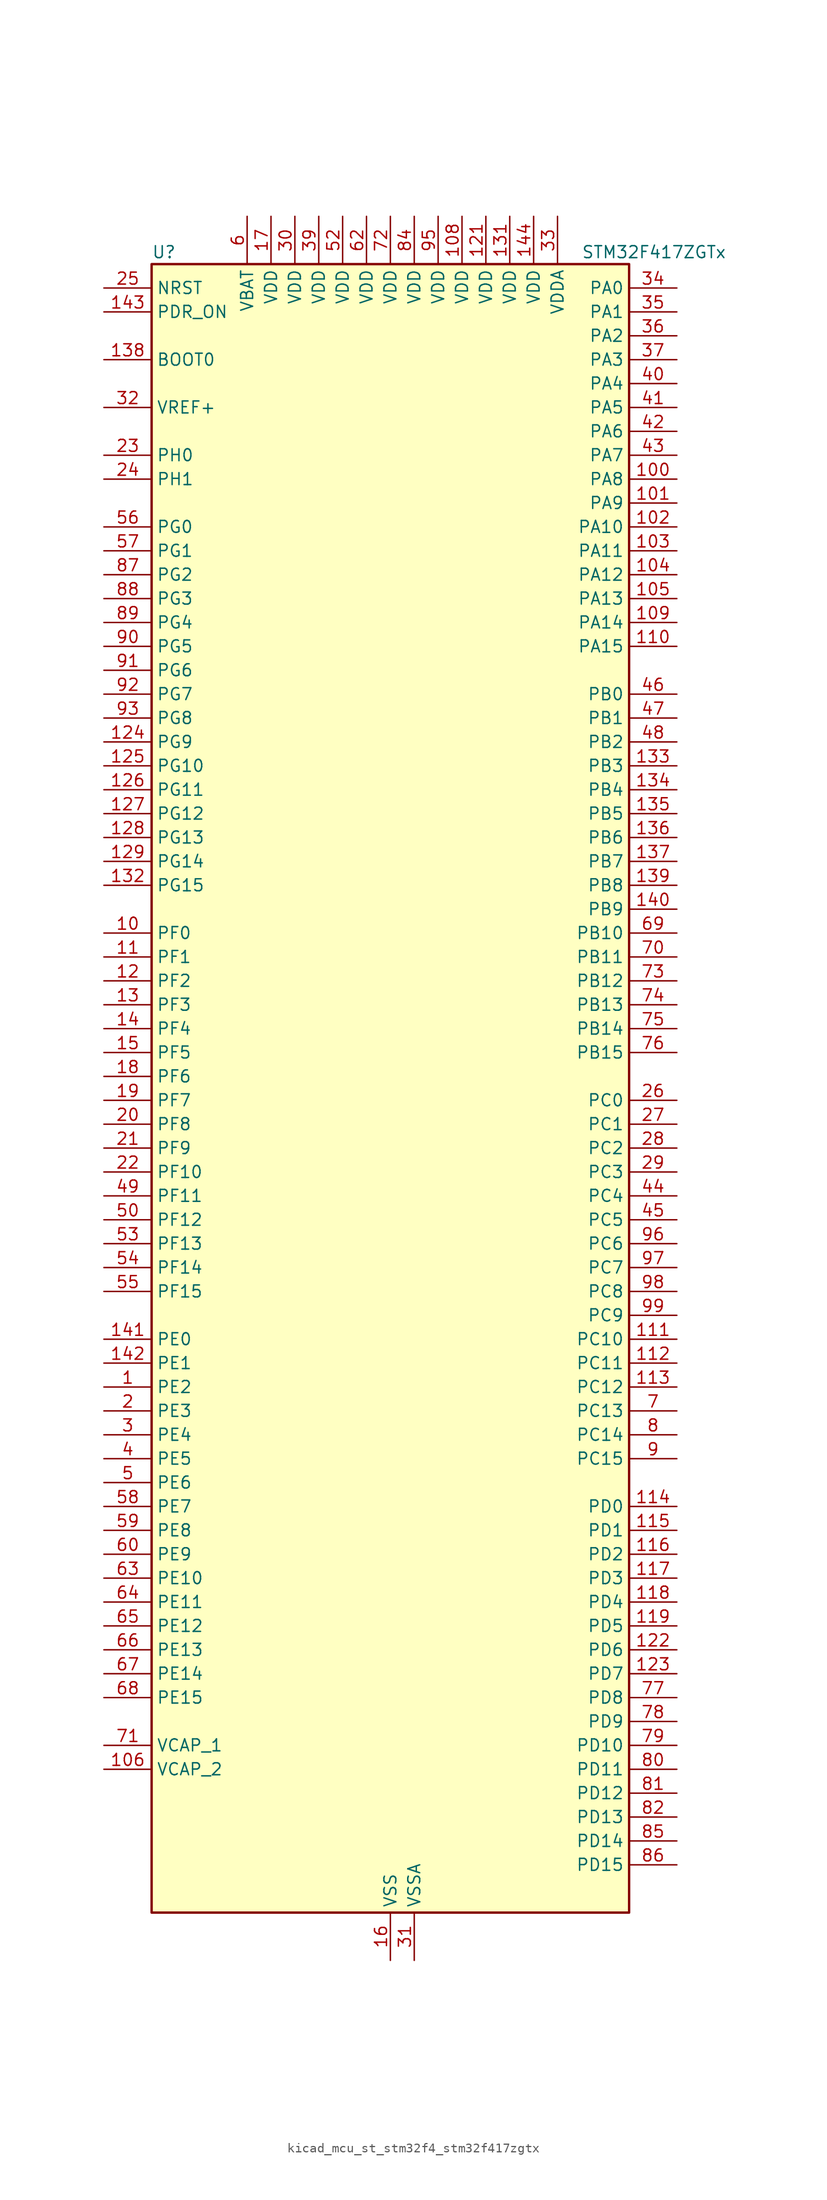
<source format=kicad_sym>
(kicad_symbol_lib
  (version 20220914)
  (generator kicad_symbol_editor)
  (symbol "kicad_mcu_st_stm32f4_stm32f417zgtx"
    (property "Reference" "U"
      (at -25.4 90.17 0)
      (effects (font (size 1.27 1.27)) (justify left)))
    (property "Value" "STM32F417ZGTx"
      (at 20.32 90.17 0)
      (effects (font (size 1.27 1.27)) (justify left)))
    (property "ki_locked" ""
      (at 0 0 0)
      (effects (font (size 1.27 1.27))))
    (symbol "kicad_mcu_st_stm32f4_stm32f417zgtx_0_1"
      (rectangle (start -25.4 -86.36) (end 25.4 88.9) (stroke (width 0.254) (type default)) (fill (type background))))
    (symbol "kicad_mcu_st_stm32f4_stm32f417zgtx_1_1"
      (pin bidirectional line (at -30.48 -30.48 0) (length 5.08) (name "PE2" (effects (font (size 1.27 1.27)))) (number "1" (effects (font (size 1.27 1.27)))) (alternate "ETH_TXD3" bidirectional line) (alternate "FSMC_A23" bidirectional line) (alternate "SYS_TRACECLK" bidirectional line))
      (pin bidirectional line (at -30.48 17.78 0) (length 5.08) (name "PF0" (effects (font (size 1.27 1.27)))) (number "10" (effects (font (size 1.27 1.27)))) (alternate "FSMC_A0" bidirectional line) (alternate "I2C2_SDA" bidirectional line))
      (pin bidirectional line (at 30.48 66.04 180) (length 5.08) (name "PA8" (effects (font (size 1.27 1.27)))) (number "100" (effects (font (size 1.27 1.27)))) (alternate "I2C3_SCL" bidirectional line) (alternate "RCC_MCO_1" bidirectional line) (alternate "TIM1_CH1" bidirectional line) (alternate "USART1_CK" bidirectional line) (alternate "USB_OTG_FS_SOF" bidirectional line))
      (pin bidirectional line (at 30.48 63.5 180) (length 5.08) (name "PA9" (effects (font (size 1.27 1.27)))) (number "101" (effects (font (size 1.27 1.27)))) (alternate "DAC_EXTI9" bidirectional line) (alternate "DCMI_D0" bidirectional line) (alternate "I2C3_SMBA" bidirectional line) (alternate "TIM1_CH2" bidirectional line) (alternate "USART1_TX" bidirectional line) (alternate "USB_OTG_FS_VBUS" bidirectional line))
      (pin bidirectional line (at 30.48 60.96 180) (length 5.08) (name "PA10" (effects (font (size 1.27 1.27)))) (number "102" (effects (font (size 1.27 1.27)))) (alternate "DCMI_D1" bidirectional line) (alternate "TIM1_CH3" bidirectional line) (alternate "USART1_RX" bidirectional line) (alternate "USB_OTG_FS_ID" bidirectional line))
      (pin bidirectional line (at 30.48 58.42 180) (length 5.08) (name "PA11" (effects (font (size 1.27 1.27)))) (number "103" (effects (font (size 1.27 1.27)))) (alternate "ADC1_EXTI11" bidirectional line) (alternate "ADC2_EXTI11" bidirectional line) (alternate "ADC3_EXTI11" bidirectional line) (alternate "CAN1_RX" bidirectional line) (alternate "TIM1_CH4" bidirectional line) (alternate "USART1_CTS" bidirectional line) (alternate "USB_OTG_FS_DM" bidirectional line))
      (pin bidirectional line (at 30.48 55.88 180) (length 5.08) (name "PA12" (effects (font (size 1.27 1.27)))) (number "104" (effects (font (size 1.27 1.27)))) (alternate "CAN1_TX" bidirectional line) (alternate "TIM1_ETR" bidirectional line) (alternate "USART1_RTS" bidirectional line) (alternate "USB_OTG_FS_DP" bidirectional line))
      (pin bidirectional line (at 30.48 53.34 180) (length 5.08) (name "PA13" (effects (font (size 1.27 1.27)))) (number "105" (effects (font (size 1.27 1.27)))) (alternate "SYS_JTMS-SWDIO" bidirectional line))
      (pin power_out line (at -30.48 -71.12 0) (length 5.08) (name "VCAP_2" (effects (font (size 1.27 1.27)))) (number "106" (effects (font (size 1.27 1.27)))))
      (pin passive line (at 0 -91.44 90) (length 5.08) hide (name "VSS" (effects (font (size 1.27 1.27)))) (number "107" (effects (font (size 1.27 1.27)))))
      (pin power_in line (at 7.62 93.98 270) (length 5.08) (name "VDD" (effects (font (size 1.27 1.27)))) (number "108" (effects (font (size 1.27 1.27)))))
      (pin bidirectional line (at 30.48 50.8 180) (length 5.08) (name "PA14" (effects (font (size 1.27 1.27)))) (number "109" (effects (font (size 1.27 1.27)))) (alternate "SYS_JTCK-SWCLK" bidirectional line))
      (pin bidirectional line (at -30.48 15.24 0) (length 5.08) (name "PF1" (effects (font (size 1.27 1.27)))) (number "11" (effects (font (size 1.27 1.27)))) (alternate "FSMC_A1" bidirectional line) (alternate "I2C2_SCL" bidirectional line))
      (pin bidirectional line (at 30.48 48.26 180) (length 5.08) (name "PA15" (effects (font (size 1.27 1.27)))) (number "110" (effects (font (size 1.27 1.27)))) (alternate "ADC1_EXTI15" bidirectional line) (alternate "ADC2_EXTI15" bidirectional line) (alternate "ADC3_EXTI15" bidirectional line) (alternate "I2S3_WS" bidirectional line) (alternate "SPI1_NSS" bidirectional line) (alternate "SPI3_NSS" bidirectional line) (alternate "SYS_JTDI" bidirectional line) (alternate "TIM2_CH1" bidirectional line) (alternate "TIM2_ETR" bidirectional line))
      (pin bidirectional line (at 30.48 -25.4 180) (length 5.08) (name "PC10" (effects (font (size 1.27 1.27)))) (number "111" (effects (font (size 1.27 1.27)))) (alternate "DCMI_D8" bidirectional line) (alternate "I2S3_CK" bidirectional line) (alternate "SDIO_D2" bidirectional line) (alternate "SPI3_SCK" bidirectional line) (alternate "UART4_TX" bidirectional line) (alternate "USART3_TX" bidirectional line))
      (pin bidirectional line (at 30.48 -27.94 180) (length 5.08) (name "PC11" (effects (font (size 1.27 1.27)))) (number "112" (effects (font (size 1.27 1.27)))) (alternate "ADC1_EXTI11" bidirectional line) (alternate "ADC2_EXTI11" bidirectional line) (alternate "ADC3_EXTI11" bidirectional line) (alternate "DCMI_D4" bidirectional line) (alternate "I2S3_ext_SD" bidirectional line) (alternate "SDIO_D3" bidirectional line) (alternate "SPI3_MISO" bidirectional line) (alternate "UART4_RX" bidirectional line) (alternate "USART3_RX" bidirectional line))
      (pin bidirectional line (at 30.48 -30.48 180) (length 5.08) (name "PC12" (effects (font (size 1.27 1.27)))) (number "113" (effects (font (size 1.27 1.27)))) (alternate "DCMI_D9" bidirectional line) (alternate "I2S3_SD" bidirectional line) (alternate "SDIO_CK" bidirectional line) (alternate "SPI3_MOSI" bidirectional line) (alternate "UART5_TX" bidirectional line) (alternate "USART3_CK" bidirectional line))
      (pin bidirectional line (at 30.48 -43.18 180) (length 5.08) (name "PD0" (effects (font (size 1.27 1.27)))) (number "114" (effects (font (size 1.27 1.27)))) (alternate "CAN1_RX" bidirectional line) (alternate "FSMC_D2" bidirectional line) (alternate "FSMC_DA2" bidirectional line))
      (pin bidirectional line (at 30.48 -45.72 180) (length 5.08) (name "PD1" (effects (font (size 1.27 1.27)))) (number "115" (effects (font (size 1.27 1.27)))) (alternate "CAN1_TX" bidirectional line) (alternate "FSMC_D3" bidirectional line) (alternate "FSMC_DA3" bidirectional line))
      (pin bidirectional line (at 30.48 -48.26 180) (length 5.08) (name "PD2" (effects (font (size 1.27 1.27)))) (number "116" (effects (font (size 1.27 1.27)))) (alternate "DCMI_D11" bidirectional line) (alternate "SDIO_CMD" bidirectional line) (alternate "TIM3_ETR" bidirectional line) (alternate "UART5_RX" bidirectional line))
      (pin bidirectional line (at 30.48 -50.8 180) (length 5.08) (name "PD3" (effects (font (size 1.27 1.27)))) (number "117" (effects (font (size 1.27 1.27)))) (alternate "FSMC_CLK" bidirectional line) (alternate "USART2_CTS" bidirectional line))
      (pin bidirectional line (at 30.48 -53.34 180) (length 5.08) (name "PD4" (effects (font (size 1.27 1.27)))) (number "118" (effects (font (size 1.27 1.27)))) (alternate "FSMC_NOE" bidirectional line) (alternate "USART2_RTS" bidirectional line))
      (pin bidirectional line (at 30.48 -55.88 180) (length 5.08) (name "PD5" (effects (font (size 1.27 1.27)))) (number "119" (effects (font (size 1.27 1.27)))) (alternate "FSMC_NWE" bidirectional line) (alternate "USART2_TX" bidirectional line))
      (pin bidirectional line (at -30.48 12.7 0) (length 5.08) (name "PF2" (effects (font (size 1.27 1.27)))) (number "12" (effects (font (size 1.27 1.27)))) (alternate "FSMC_A2" bidirectional line) (alternate "I2C2_SMBA" bidirectional line))
      (pin passive line (at 0 -91.44 90) (length 5.08) hide (name "VSS" (effects (font (size 1.27 1.27)))) (number "120" (effects (font (size 1.27 1.27)))))
      (pin power_in line (at 10.16 93.98 270) (length 5.08) (name "VDD" (effects (font (size 1.27 1.27)))) (number "121" (effects (font (size 1.27 1.27)))))
      (pin bidirectional line (at 30.48 -58.42 180) (length 5.08) (name "PD6" (effects (font (size 1.27 1.27)))) (number "122" (effects (font (size 1.27 1.27)))) (alternate "FSMC_NWAIT" bidirectional line) (alternate "USART2_RX" bidirectional line))
      (pin bidirectional line (at 30.48 -60.96 180) (length 5.08) (name "PD7" (effects (font (size 1.27 1.27)))) (number "123" (effects (font (size 1.27 1.27)))) (alternate "FSMC_NCE2" bidirectional line) (alternate "FSMC_NE1" bidirectional line) (alternate "USART2_CK" bidirectional line))
      (pin bidirectional line (at -30.48 38.1 0) (length 5.08) (name "PG9" (effects (font (size 1.27 1.27)))) (number "124" (effects (font (size 1.27 1.27)))) (alternate "DAC_EXTI9" bidirectional line) (alternate "FSMC_NCE3" bidirectional line) (alternate "FSMC_NE2" bidirectional line) (alternate "USART6_RX" bidirectional line))
      (pin bidirectional line (at -30.48 35.56 0) (length 5.08) (name "PG10" (effects (font (size 1.27 1.27)))) (number "125" (effects (font (size 1.27 1.27)))) (alternate "FSMC_NCE4_1" bidirectional line) (alternate "FSMC_NE3" bidirectional line))
      (pin bidirectional line (at -30.48 33.02 0) (length 5.08) (name "PG11" (effects (font (size 1.27 1.27)))) (number "126" (effects (font (size 1.27 1.27)))) (alternate "ADC1_EXTI11" bidirectional line) (alternate "ADC2_EXTI11" bidirectional line) (alternate "ADC3_EXTI11" bidirectional line) (alternate "ETH_TX_EN" bidirectional line) (alternate "FSMC_NCE4_2" bidirectional line))
      (pin bidirectional line (at -30.48 30.48 0) (length 5.08) (name "PG12" (effects (font (size 1.27 1.27)))) (number "127" (effects (font (size 1.27 1.27)))) (alternate "FSMC_NE4" bidirectional line) (alternate "USART6_RTS" bidirectional line))
      (pin bidirectional line (at -30.48 27.94 0) (length 5.08) (name "PG13" (effects (font (size 1.27 1.27)))) (number "128" (effects (font (size 1.27 1.27)))) (alternate "ETH_TXD0" bidirectional line) (alternate "FSMC_A24" bidirectional line) (alternate "USART6_CTS" bidirectional line))
      (pin bidirectional line (at -30.48 25.4 0) (length 5.08) (name "PG14" (effects (font (size 1.27 1.27)))) (number "129" (effects (font (size 1.27 1.27)))) (alternate "ETH_TXD1" bidirectional line) (alternate "FSMC_A25" bidirectional line) (alternate "USART6_TX" bidirectional line))
      (pin bidirectional line (at -30.48 10.16 0) (length 5.08) (name "PF3" (effects (font (size 1.27 1.27)))) (number "13" (effects (font (size 1.27 1.27)))) (alternate "ADC3_IN9" bidirectional line) (alternate "FSMC_A3" bidirectional line))
      (pin passive line (at 0 -91.44 90) (length 5.08) hide (name "VSS" (effects (font (size 1.27 1.27)))) (number "130" (effects (font (size 1.27 1.27)))))
      (pin power_in line (at 12.7 93.98 270) (length 5.08) (name "VDD" (effects (font (size 1.27 1.27)))) (number "131" (effects (font (size 1.27 1.27)))))
      (pin bidirectional line (at -30.48 22.86 0) (length 5.08) (name "PG15" (effects (font (size 1.27 1.27)))) (number "132" (effects (font (size 1.27 1.27)))) (alternate "ADC1_EXTI15" bidirectional line) (alternate "ADC2_EXTI15" bidirectional line) (alternate "ADC3_EXTI15" bidirectional line) (alternate "DCMI_D13" bidirectional line) (alternate "USART6_CTS" bidirectional line))
      (pin bidirectional line (at 30.48 35.56 180) (length 5.08) (name "PB3" (effects (font (size 1.27 1.27)))) (number "133" (effects (font (size 1.27 1.27)))) (alternate "I2S3_CK" bidirectional line) (alternate "SPI1_SCK" bidirectional line) (alternate "SPI3_SCK" bidirectional line) (alternate "SYS_JTDO-SWO" bidirectional line) (alternate "TIM2_CH2" bidirectional line))
      (pin bidirectional line (at 30.48 33.02 180) (length 5.08) (name "PB4" (effects (font (size 1.27 1.27)))) (number "134" (effects (font (size 1.27 1.27)))) (alternate "I2S3_ext_SD" bidirectional line) (alternate "SPI1_MISO" bidirectional line) (alternate "SPI3_MISO" bidirectional line) (alternate "SYS_JTRST" bidirectional line) (alternate "TIM3_CH1" bidirectional line))
      (pin bidirectional line (at 30.48 30.48 180) (length 5.08) (name "PB5" (effects (font (size 1.27 1.27)))) (number "135" (effects (font (size 1.27 1.27)))) (alternate "CAN2_RX" bidirectional line) (alternate "DCMI_D10" bidirectional line) (alternate "ETH_PPS_OUT" bidirectional line) (alternate "I2C1_SMBA" bidirectional line) (alternate "I2S3_SD" bidirectional line) (alternate "SPI1_MOSI" bidirectional line) (alternate "SPI3_MOSI" bidirectional line) (alternate "TIM3_CH2" bidirectional line) (alternate "USB_OTG_HS_ULPI_D7" bidirectional line))
      (pin bidirectional line (at 30.48 27.94 180) (length 5.08) (name "PB6" (effects (font (size 1.27 1.27)))) (number "136" (effects (font (size 1.27 1.27)))) (alternate "CAN2_TX" bidirectional line) (alternate "DCMI_D5" bidirectional line) (alternate "I2C1_SCL" bidirectional line) (alternate "TIM4_CH1" bidirectional line) (alternate "USART1_TX" bidirectional line))
      (pin bidirectional line (at 30.48 25.4 180) (length 5.08) (name "PB7" (effects (font (size 1.27 1.27)))) (number "137" (effects (font (size 1.27 1.27)))) (alternate "DCMI_VSYNC" bidirectional line) (alternate "FSMC_NL" bidirectional line) (alternate "I2C1_SDA" bidirectional line) (alternate "TIM4_CH2" bidirectional line) (alternate "USART1_RX" bidirectional line))
      (pin input line (at -30.48 78.74 0) (length 5.08) (name "BOOT0" (effects (font (size 1.27 1.27)))) (number "138" (effects (font (size 1.27 1.27)))))
      (pin bidirectional line (at 30.48 22.86 180) (length 5.08) (name "PB8" (effects (font (size 1.27 1.27)))) (number "139" (effects (font (size 1.27 1.27)))) (alternate "CAN1_RX" bidirectional line) (alternate "DCMI_D6" bidirectional line) (alternate "ETH_TXD3" bidirectional line) (alternate "I2C1_SCL" bidirectional line) (alternate "SDIO_D4" bidirectional line) (alternate "TIM10_CH1" bidirectional line) (alternate "TIM4_CH3" bidirectional line))
      (pin bidirectional line (at -30.48 7.62 0) (length 5.08) (name "PF4" (effects (font (size 1.27 1.27)))) (number "14" (effects (font (size 1.27 1.27)))) (alternate "ADC3_IN14" bidirectional line) (alternate "FSMC_A4" bidirectional line))
      (pin bidirectional line (at 30.48 20.32 180) (length 5.08) (name "PB9" (effects (font (size 1.27 1.27)))) (number "140" (effects (font (size 1.27 1.27)))) (alternate "CAN1_TX" bidirectional line) (alternate "DAC_EXTI9" bidirectional line) (alternate "DCMI_D7" bidirectional line) (alternate "I2C1_SDA" bidirectional line) (alternate "I2S2_WS" bidirectional line) (alternate "SDIO_D5" bidirectional line) (alternate "SPI2_NSS" bidirectional line) (alternate "TIM11_CH1" bidirectional line) (alternate "TIM4_CH4" bidirectional line))
      (pin bidirectional line (at -30.48 -25.4 0) (length 5.08) (name "PE0" (effects (font (size 1.27 1.27)))) (number "141" (effects (font (size 1.27 1.27)))) (alternate "DCMI_D2" bidirectional line) (alternate "FSMC_NBL0" bidirectional line) (alternate "TIM4_ETR" bidirectional line))
      (pin bidirectional line (at -30.48 -27.94 0) (length 5.08) (name "PE1" (effects (font (size 1.27 1.27)))) (number "142" (effects (font (size 1.27 1.27)))) (alternate "DCMI_D3" bidirectional line) (alternate "FSMC_NBL1" bidirectional line))
      (pin input line (at -30.48 83.82 0) (length 5.08) (name "PDR_ON" (effects (font (size 1.27 1.27)))) (number "143" (effects (font (size 1.27 1.27)))))
      (pin power_in line (at 15.24 93.98 270) (length 5.08) (name "VDD" (effects (font (size 1.27 1.27)))) (number "144" (effects (font (size 1.27 1.27)))))
      (pin bidirectional line (at -30.48 5.08 0) (length 5.08) (name "PF5" (effects (font (size 1.27 1.27)))) (number "15" (effects (font (size 1.27 1.27)))) (alternate "ADC3_IN15" bidirectional line) (alternate "FSMC_A5" bidirectional line))
      (pin power_in line (at 0 -91.44 90) (length 5.08) (name "VSS" (effects (font (size 1.27 1.27)))) (number "16" (effects (font (size 1.27 1.27)))))
      (pin power_in line (at -12.7 93.98 270) (length 5.08) (name "VDD" (effects (font (size 1.27 1.27)))) (number "17" (effects (font (size 1.27 1.27)))))
      (pin bidirectional line (at -30.48 2.54 0) (length 5.08) (name "PF6" (effects (font (size 1.27 1.27)))) (number "18" (effects (font (size 1.27 1.27)))) (alternate "ADC3_IN4" bidirectional line) (alternate "FSMC_NIORD" bidirectional line) (alternate "TIM10_CH1" bidirectional line))
      (pin bidirectional line (at -30.48 0 0) (length 5.08) (name "PF7" (effects (font (size 1.27 1.27)))) (number "19" (effects (font (size 1.27 1.27)))) (alternate "ADC3_IN5" bidirectional line) (alternate "FSMC_NREG" bidirectional line) (alternate "TIM11_CH1" bidirectional line))
      (pin bidirectional line (at -30.48 -33.02 0) (length 5.08) (name "PE3" (effects (font (size 1.27 1.27)))) (number "2" (effects (font (size 1.27 1.27)))) (alternate "FSMC_A19" bidirectional line) (alternate "SYS_TRACED0" bidirectional line))
      (pin bidirectional line (at -30.48 -2.54 0) (length 5.08) (name "PF8" (effects (font (size 1.27 1.27)))) (number "20" (effects (font (size 1.27 1.27)))) (alternate "ADC3_IN6" bidirectional line) (alternate "FSMC_NIOWR" bidirectional line) (alternate "TIM13_CH1" bidirectional line))
      (pin bidirectional line (at -30.48 -5.08 0) (length 5.08) (name "PF9" (effects (font (size 1.27 1.27)))) (number "21" (effects (font (size 1.27 1.27)))) (alternate "ADC3_IN7" bidirectional line) (alternate "DAC_EXTI9" bidirectional line) (alternate "FSMC_CD" bidirectional line) (alternate "TIM14_CH1" bidirectional line))
      (pin bidirectional line (at -30.48 -7.62 0) (length 5.08) (name "PF10" (effects (font (size 1.27 1.27)))) (number "22" (effects (font (size 1.27 1.27)))) (alternate "ADC3_IN8" bidirectional line) (alternate "FSMC_INTR" bidirectional line))
      (pin bidirectional line (at -30.48 68.58 0) (length 5.08) (name "PH0" (effects (font (size 1.27 1.27)))) (number "23" (effects (font (size 1.27 1.27)))) (alternate "RCC_OSC_IN" bidirectional line))
      (pin bidirectional line (at -30.48 66.04 0) (length 5.08) (name "PH1" (effects (font (size 1.27 1.27)))) (number "24" (effects (font (size 1.27 1.27)))) (alternate "RCC_OSC_OUT" bidirectional line))
      (pin input line (at -30.48 86.36 0) (length 5.08) (name "NRST" (effects (font (size 1.27 1.27)))) (number "25" (effects (font (size 1.27 1.27)))))
      (pin bidirectional line (at 30.48 0 180) (length 5.08) (name "PC0" (effects (font (size 1.27 1.27)))) (number "26" (effects (font (size 1.27 1.27)))) (alternate "ADC1_IN10" bidirectional line) (alternate "ADC2_IN10" bidirectional line) (alternate "ADC3_IN10" bidirectional line) (alternate "USB_OTG_HS_ULPI_STP" bidirectional line))
      (pin bidirectional line (at 30.48 -2.54 180) (length 5.08) (name "PC1" (effects (font (size 1.27 1.27)))) (number "27" (effects (font (size 1.27 1.27)))) (alternate "ADC1_IN11" bidirectional line) (alternate "ADC2_IN11" bidirectional line) (alternate "ADC3_IN11" bidirectional line) (alternate "ETH_MDC" bidirectional line))
      (pin bidirectional line (at 30.48 -5.08 180) (length 5.08) (name "PC2" (effects (font (size 1.27 1.27)))) (number "28" (effects (font (size 1.27 1.27)))) (alternate "ADC1_IN12" bidirectional line) (alternate "ADC2_IN12" bidirectional line) (alternate "ADC3_IN12" bidirectional line) (alternate "ETH_TXD2" bidirectional line) (alternate "I2S2_ext_SD" bidirectional line) (alternate "SPI2_MISO" bidirectional line) (alternate "USB_OTG_HS_ULPI_DIR" bidirectional line))
      (pin bidirectional line (at 30.48 -7.62 180) (length 5.08) (name "PC3" (effects (font (size 1.27 1.27)))) (number "29" (effects (font (size 1.27 1.27)))) (alternate "ADC1_IN13" bidirectional line) (alternate "ADC2_IN13" bidirectional line) (alternate "ADC3_IN13" bidirectional line) (alternate "ETH_TX_CLK" bidirectional line) (alternate "I2S2_SD" bidirectional line) (alternate "SPI2_MOSI" bidirectional line) (alternate "USB_OTG_HS_ULPI_NXT" bidirectional line))
      (pin bidirectional line (at -30.48 -35.56 0) (length 5.08) (name "PE4" (effects (font (size 1.27 1.27)))) (number "3" (effects (font (size 1.27 1.27)))) (alternate "DCMI_D4" bidirectional line) (alternate "FSMC_A20" bidirectional line) (alternate "SYS_TRACED1" bidirectional line))
      (pin power_in line (at -10.16 93.98 270) (length 5.08) (name "VDD" (effects (font (size 1.27 1.27)))) (number "30" (effects (font (size 1.27 1.27)))))
      (pin power_in line (at 2.54 -91.44 90) (length 5.08) (name "VSSA" (effects (font (size 1.27 1.27)))) (number "31" (effects (font (size 1.27 1.27)))))
      (pin input line (at -30.48 73.66 0) (length 5.08) (name "VREF+" (effects (font (size 1.27 1.27)))) (number "32" (effects (font (size 1.27 1.27)))))
      (pin power_in line (at 17.78 93.98 270) (length 5.08) (name "VDDA" (effects (font (size 1.27 1.27)))) (number "33" (effects (font (size 1.27 1.27)))))
      (pin bidirectional line (at 30.48 86.36 180) (length 5.08) (name "PA0" (effects (font (size 1.27 1.27)))) (number "34" (effects (font (size 1.27 1.27)))) (alternate "ADC1_IN0" bidirectional line) (alternate "ADC2_IN0" bidirectional line) (alternate "ADC3_IN0" bidirectional line) (alternate "ETH_CRS" bidirectional line) (alternate "SYS_WKUP" bidirectional line) (alternate "TIM2_CH1" bidirectional line) (alternate "TIM2_ETR" bidirectional line) (alternate "TIM5_CH1" bidirectional line) (alternate "TIM8_ETR" bidirectional line) (alternate "UART4_TX" bidirectional line) (alternate "USART2_CTS" bidirectional line))
      (pin bidirectional line (at 30.48 83.82 180) (length 5.08) (name "PA1" (effects (font (size 1.27 1.27)))) (number "35" (effects (font (size 1.27 1.27)))) (alternate "ADC1_IN1" bidirectional line) (alternate "ADC2_IN1" bidirectional line) (alternate "ADC3_IN1" bidirectional line) (alternate "ETH_REF_CLK" bidirectional line) (alternate "ETH_RX_CLK" bidirectional line) (alternate "TIM2_CH2" bidirectional line) (alternate "TIM5_CH2" bidirectional line) (alternate "UART4_RX" bidirectional line) (alternate "USART2_RTS" bidirectional line))
      (pin bidirectional line (at 30.48 81.28 180) (length 5.08) (name "PA2" (effects (font (size 1.27 1.27)))) (number "36" (effects (font (size 1.27 1.27)))) (alternate "ADC1_IN2" bidirectional line) (alternate "ADC2_IN2" bidirectional line) (alternate "ADC3_IN2" bidirectional line) (alternate "ETH_MDIO" bidirectional line) (alternate "TIM2_CH3" bidirectional line) (alternate "TIM5_CH3" bidirectional line) (alternate "TIM9_CH1" bidirectional line) (alternate "USART2_TX" bidirectional line))
      (pin bidirectional line (at 30.48 78.74 180) (length 5.08) (name "PA3" (effects (font (size 1.27 1.27)))) (number "37" (effects (font (size 1.27 1.27)))) (alternate "ADC1_IN3" bidirectional line) (alternate "ADC2_IN3" bidirectional line) (alternate "ADC3_IN3" bidirectional line) (alternate "ETH_COL" bidirectional line) (alternate "TIM2_CH4" bidirectional line) (alternate "TIM5_CH4" bidirectional line) (alternate "TIM9_CH2" bidirectional line) (alternate "USART2_RX" bidirectional line) (alternate "USB_OTG_HS_ULPI_D0" bidirectional line))
      (pin passive line (at 0 -91.44 90) (length 5.08) hide (name "VSS" (effects (font (size 1.27 1.27)))) (number "38" (effects (font (size 1.27 1.27)))))
      (pin power_in line (at -7.62 93.98 270) (length 5.08) (name "VDD" (effects (font (size 1.27 1.27)))) (number "39" (effects (font (size 1.27 1.27)))))
      (pin bidirectional line (at -30.48 -38.1 0) (length 5.08) (name "PE5" (effects (font (size 1.27 1.27)))) (number "4" (effects (font (size 1.27 1.27)))) (alternate "DCMI_D6" bidirectional line) (alternate "FSMC_A21" bidirectional line) (alternate "SYS_TRACED2" bidirectional line) (alternate "TIM9_CH1" bidirectional line))
      (pin bidirectional line (at 30.48 76.2 180) (length 5.08) (name "PA4" (effects (font (size 1.27 1.27)))) (number "40" (effects (font (size 1.27 1.27)))) (alternate "ADC1_IN4" bidirectional line) (alternate "ADC2_IN4" bidirectional line) (alternate "DAC_OUT1" bidirectional line) (alternate "DCMI_HSYNC" bidirectional line) (alternate "I2S3_WS" bidirectional line) (alternate "SPI1_NSS" bidirectional line) (alternate "SPI3_NSS" bidirectional line) (alternate "USART2_CK" bidirectional line) (alternate "USB_OTG_HS_SOF" bidirectional line))
      (pin bidirectional line (at 30.48 73.66 180) (length 5.08) (name "PA5" (effects (font (size 1.27 1.27)))) (number "41" (effects (font (size 1.27 1.27)))) (alternate "ADC1_IN5" bidirectional line) (alternate "ADC2_IN5" bidirectional line) (alternate "DAC_OUT2" bidirectional line) (alternate "SPI1_SCK" bidirectional line) (alternate "TIM2_CH1" bidirectional line) (alternate "TIM2_ETR" bidirectional line) (alternate "TIM8_CH1N" bidirectional line) (alternate "USB_OTG_HS_ULPI_CK" bidirectional line))
      (pin bidirectional line (at 30.48 71.12 180) (length 5.08) (name "PA6" (effects (font (size 1.27 1.27)))) (number "42" (effects (font (size 1.27 1.27)))) (alternate "ADC1_IN6" bidirectional line) (alternate "ADC2_IN6" bidirectional line) (alternate "DCMI_PIXCLK" bidirectional line) (alternate "SPI1_MISO" bidirectional line) (alternate "TIM13_CH1" bidirectional line) (alternate "TIM1_BKIN" bidirectional line) (alternate "TIM3_CH1" bidirectional line) (alternate "TIM8_BKIN" bidirectional line))
      (pin bidirectional line (at 30.48 68.58 180) (length 5.08) (name "PA7" (effects (font (size 1.27 1.27)))) (number "43" (effects (font (size 1.27 1.27)))) (alternate "ADC1_IN7" bidirectional line) (alternate "ADC2_IN7" bidirectional line) (alternate "ETH_CRS_DV" bidirectional line) (alternate "ETH_RX_DV" bidirectional line) (alternate "SPI1_MOSI" bidirectional line) (alternate "TIM14_CH1" bidirectional line) (alternate "TIM1_CH1N" bidirectional line) (alternate "TIM3_CH2" bidirectional line) (alternate "TIM8_CH1N" bidirectional line))
      (pin bidirectional line (at 30.48 -10.16 180) (length 5.08) (name "PC4" (effects (font (size 1.27 1.27)))) (number "44" (effects (font (size 1.27 1.27)))) (alternate "ADC1_IN14" bidirectional line) (alternate "ADC2_IN14" bidirectional line) (alternate "ETH_RXD0" bidirectional line))
      (pin bidirectional line (at 30.48 -12.7 180) (length 5.08) (name "PC5" (effects (font (size 1.27 1.27)))) (number "45" (effects (font (size 1.27 1.27)))) (alternate "ADC1_IN15" bidirectional line) (alternate "ADC2_IN15" bidirectional line) (alternate "ETH_RXD1" bidirectional line))
      (pin bidirectional line (at 30.48 43.18 180) (length 5.08) (name "PB0" (effects (font (size 1.27 1.27)))) (number "46" (effects (font (size 1.27 1.27)))) (alternate "ADC1_IN8" bidirectional line) (alternate "ADC2_IN8" bidirectional line) (alternate "ETH_RXD2" bidirectional line) (alternate "TIM1_CH2N" bidirectional line) (alternate "TIM3_CH3" bidirectional line) (alternate "TIM8_CH2N" bidirectional line) (alternate "USB_OTG_HS_ULPI_D1" bidirectional line))
      (pin bidirectional line (at 30.48 40.64 180) (length 5.08) (name "PB1" (effects (font (size 1.27 1.27)))) (number "47" (effects (font (size 1.27 1.27)))) (alternate "ADC1_IN9" bidirectional line) (alternate "ADC2_IN9" bidirectional line) (alternate "ETH_RXD3" bidirectional line) (alternate "TIM1_CH3N" bidirectional line) (alternate "TIM3_CH4" bidirectional line) (alternate "TIM8_CH3N" bidirectional line) (alternate "USB_OTG_HS_ULPI_D2" bidirectional line))
      (pin bidirectional line (at 30.48 38.1 180) (length 5.08) (name "PB2" (effects (font (size 1.27 1.27)))) (number "48" (effects (font (size 1.27 1.27)))))
      (pin bidirectional line (at -30.48 -10.16 0) (length 5.08) (name "PF11" (effects (font (size 1.27 1.27)))) (number "49" (effects (font (size 1.27 1.27)))) (alternate "ADC1_EXTI11" bidirectional line) (alternate "ADC2_EXTI11" bidirectional line) (alternate "ADC3_EXTI11" bidirectional line) (alternate "DCMI_D12" bidirectional line))
      (pin bidirectional line (at -30.48 -40.64 0) (length 5.08) (name "PE6" (effects (font (size 1.27 1.27)))) (number "5" (effects (font (size 1.27 1.27)))) (alternate "DCMI_D7" bidirectional line) (alternate "FSMC_A22" bidirectional line) (alternate "SYS_TRACED3" bidirectional line) (alternate "TIM9_CH2" bidirectional line))
      (pin bidirectional line (at -30.48 -12.7 0) (length 5.08) (name "PF12" (effects (font (size 1.27 1.27)))) (number "50" (effects (font (size 1.27 1.27)))) (alternate "FSMC_A6" bidirectional line))
      (pin passive line (at 0 -91.44 90) (length 5.08) hide (name "VSS" (effects (font (size 1.27 1.27)))) (number "51" (effects (font (size 1.27 1.27)))))
      (pin power_in line (at -5.08 93.98 270) (length 5.08) (name "VDD" (effects (font (size 1.27 1.27)))) (number "52" (effects (font (size 1.27 1.27)))))
      (pin bidirectional line (at -30.48 -15.24 0) (length 5.08) (name "PF13" (effects (font (size 1.27 1.27)))) (number "53" (effects (font (size 1.27 1.27)))) (alternate "FSMC_A7" bidirectional line))
      (pin bidirectional line (at -30.48 -17.78 0) (length 5.08) (name "PF14" (effects (font (size 1.27 1.27)))) (number "54" (effects (font (size 1.27 1.27)))) (alternate "FSMC_A8" bidirectional line))
      (pin bidirectional line (at -30.48 -20.32 0) (length 5.08) (name "PF15" (effects (font (size 1.27 1.27)))) (number "55" (effects (font (size 1.27 1.27)))) (alternate "ADC1_EXTI15" bidirectional line) (alternate "ADC2_EXTI15" bidirectional line) (alternate "ADC3_EXTI15" bidirectional line) (alternate "FSMC_A9" bidirectional line))
      (pin bidirectional line (at -30.48 60.96 0) (length 5.08) (name "PG0" (effects (font (size 1.27 1.27)))) (number "56" (effects (font (size 1.27 1.27)))) (alternate "FSMC_A10" bidirectional line))
      (pin bidirectional line (at -30.48 58.42 0) (length 5.08) (name "PG1" (effects (font (size 1.27 1.27)))) (number "57" (effects (font (size 1.27 1.27)))) (alternate "FSMC_A11" bidirectional line))
      (pin bidirectional line (at -30.48 -43.18 0) (length 5.08) (name "PE7" (effects (font (size 1.27 1.27)))) (number "58" (effects (font (size 1.27 1.27)))) (alternate "FSMC_D4" bidirectional line) (alternate "FSMC_DA4" bidirectional line) (alternate "TIM1_ETR" bidirectional line))
      (pin bidirectional line (at -30.48 -45.72 0) (length 5.08) (name "PE8" (effects (font (size 1.27 1.27)))) (number "59" (effects (font (size 1.27 1.27)))) (alternate "FSMC_D5" bidirectional line) (alternate "FSMC_DA5" bidirectional line) (alternate "TIM1_CH1N" bidirectional line))
      (pin power_in line (at -15.24 93.98 270) (length 5.08) (name "VBAT" (effects (font (size 1.27 1.27)))) (number "6" (effects (font (size 1.27 1.27)))))
      (pin bidirectional line (at -30.48 -48.26 0) (length 5.08) (name "PE9" (effects (font (size 1.27 1.27)))) (number "60" (effects (font (size 1.27 1.27)))) (alternate "DAC_EXTI9" bidirectional line) (alternate "FSMC_D6" bidirectional line) (alternate "FSMC_DA6" bidirectional line) (alternate "TIM1_CH1" bidirectional line))
      (pin passive line (at 0 -91.44 90) (length 5.08) hide (name "VSS" (effects (font (size 1.27 1.27)))) (number "61" (effects (font (size 1.27 1.27)))))
      (pin power_in line (at -2.54 93.98 270) (length 5.08) (name "VDD" (effects (font (size 1.27 1.27)))) (number "62" (effects (font (size 1.27 1.27)))))
      (pin bidirectional line (at -30.48 -50.8 0) (length 5.08) (name "PE10" (effects (font (size 1.27 1.27)))) (number "63" (effects (font (size 1.27 1.27)))) (alternate "FSMC_D7" bidirectional line) (alternate "FSMC_DA7" bidirectional line) (alternate "TIM1_CH2N" bidirectional line))
      (pin bidirectional line (at -30.48 -53.34 0) (length 5.08) (name "PE11" (effects (font (size 1.27 1.27)))) (number "64" (effects (font (size 1.27 1.27)))) (alternate "ADC1_EXTI11" bidirectional line) (alternate "ADC2_EXTI11" bidirectional line) (alternate "ADC3_EXTI11" bidirectional line) (alternate "FSMC_D8" bidirectional line) (alternate "FSMC_DA8" bidirectional line) (alternate "TIM1_CH2" bidirectional line))
      (pin bidirectional line (at -30.48 -55.88 0) (length 5.08) (name "PE12" (effects (font (size 1.27 1.27)))) (number "65" (effects (font (size 1.27 1.27)))) (alternate "FSMC_D9" bidirectional line) (alternate "FSMC_DA9" bidirectional line) (alternate "TIM1_CH3N" bidirectional line))
      (pin bidirectional line (at -30.48 -58.42 0) (length 5.08) (name "PE13" (effects (font (size 1.27 1.27)))) (number "66" (effects (font (size 1.27 1.27)))) (alternate "FSMC_D10" bidirectional line) (alternate "FSMC_DA10" bidirectional line) (alternate "TIM1_CH3" bidirectional line))
      (pin bidirectional line (at -30.48 -60.96 0) (length 5.08) (name "PE14" (effects (font (size 1.27 1.27)))) (number "67" (effects (font (size 1.27 1.27)))) (alternate "FSMC_D11" bidirectional line) (alternate "FSMC_DA11" bidirectional line) (alternate "TIM1_CH4" bidirectional line))
      (pin bidirectional line (at -30.48 -63.5 0) (length 5.08) (name "PE15" (effects (font (size 1.27 1.27)))) (number "68" (effects (font (size 1.27 1.27)))) (alternate "ADC1_EXTI15" bidirectional line) (alternate "ADC2_EXTI15" bidirectional line) (alternate "ADC3_EXTI15" bidirectional line) (alternate "FSMC_D12" bidirectional line) (alternate "FSMC_DA12" bidirectional line) (alternate "TIM1_BKIN" bidirectional line))
      (pin bidirectional line (at 30.48 17.78 180) (length 5.08) (name "PB10" (effects (font (size 1.27 1.27)))) (number "69" (effects (font (size 1.27 1.27)))) (alternate "ETH_RX_ER" bidirectional line) (alternate "I2C2_SCL" bidirectional line) (alternate "I2S2_CK" bidirectional line) (alternate "SPI2_SCK" bidirectional line) (alternate "TIM2_CH3" bidirectional line) (alternate "USART3_TX" bidirectional line) (alternate "USB_OTG_HS_ULPI_D3" bidirectional line))
      (pin bidirectional line (at 30.48 -33.02 180) (length 5.08) (name "PC13" (effects (font (size 1.27 1.27)))) (number "7" (effects (font (size 1.27 1.27)))) (alternate "RTC_AF1" bidirectional line))
      (pin bidirectional line (at 30.48 15.24 180) (length 5.08) (name "PB11" (effects (font (size 1.27 1.27)))) (number "70" (effects (font (size 1.27 1.27)))) (alternate "ADC1_EXTI11" bidirectional line) (alternate "ADC2_EXTI11" bidirectional line) (alternate "ADC3_EXTI11" bidirectional line) (alternate "ETH_TX_EN" bidirectional line) (alternate "I2C2_SDA" bidirectional line) (alternate "TIM2_CH4" bidirectional line) (alternate "USART3_RX" bidirectional line) (alternate "USB_OTG_HS_ULPI_D4" bidirectional line))
      (pin power_out line (at -30.48 -68.58 0) (length 5.08) (name "VCAP_1" (effects (font (size 1.27 1.27)))) (number "71" (effects (font (size 1.27 1.27)))))
      (pin power_in line (at 0 93.98 270) (length 5.08) (name "VDD" (effects (font (size 1.27 1.27)))) (number "72" (effects (font (size 1.27 1.27)))))
      (pin bidirectional line (at 30.48 12.7 180) (length 5.08) (name "PB12" (effects (font (size 1.27 1.27)))) (number "73" (effects (font (size 1.27 1.27)))) (alternate "CAN2_RX" bidirectional line) (alternate "ETH_TXD0" bidirectional line) (alternate "I2C2_SMBA" bidirectional line) (alternate "I2S2_WS" bidirectional line) (alternate "SPI2_NSS" bidirectional line) (alternate "TIM1_BKIN" bidirectional line) (alternate "USART3_CK" bidirectional line) (alternate "USB_OTG_HS_ID" bidirectional line) (alternate "USB_OTG_HS_ULPI_D5" bidirectional line))
      (pin bidirectional line (at 30.48 10.16 180) (length 5.08) (name "PB13" (effects (font (size 1.27 1.27)))) (number "74" (effects (font (size 1.27 1.27)))) (alternate "CAN2_TX" bidirectional line) (alternate "ETH_TXD1" bidirectional line) (alternate "I2S2_CK" bidirectional line) (alternate "SPI2_SCK" bidirectional line) (alternate "TIM1_CH1N" bidirectional line) (alternate "USART3_CTS" bidirectional line) (alternate "USB_OTG_HS_ULPI_D6" bidirectional line) (alternate "USB_OTG_HS_VBUS" bidirectional line))
      (pin bidirectional line (at 30.48 7.62 180) (length 5.08) (name "PB14" (effects (font (size 1.27 1.27)))) (number "75" (effects (font (size 1.27 1.27)))) (alternate "I2S2_ext_SD" bidirectional line) (alternate "SPI2_MISO" bidirectional line) (alternate "TIM12_CH1" bidirectional line) (alternate "TIM1_CH2N" bidirectional line) (alternate "TIM8_CH2N" bidirectional line) (alternate "USART3_RTS" bidirectional line) (alternate "USB_OTG_HS_DM" bidirectional line))
      (pin bidirectional line (at 30.48 5.08 180) (length 5.08) (name "PB15" (effects (font (size 1.27 1.27)))) (number "76" (effects (font (size 1.27 1.27)))) (alternate "ADC1_EXTI15" bidirectional line) (alternate "ADC2_EXTI15" bidirectional line) (alternate "ADC3_EXTI15" bidirectional line) (alternate "I2S2_SD" bidirectional line) (alternate "RTC_REFIN" bidirectional line) (alternate "SPI2_MOSI" bidirectional line) (alternate "TIM12_CH2" bidirectional line) (alternate "TIM1_CH3N" bidirectional line) (alternate "TIM8_CH3N" bidirectional line) (alternate "USB_OTG_HS_DP" bidirectional line))
      (pin bidirectional line (at 30.48 -63.5 180) (length 5.08) (name "PD8" (effects (font (size 1.27 1.27)))) (number "77" (effects (font (size 1.27 1.27)))) (alternate "FSMC_D13" bidirectional line) (alternate "FSMC_DA13" bidirectional line) (alternate "USART3_TX" bidirectional line))
      (pin bidirectional line (at 30.48 -66.04 180) (length 5.08) (name "PD9" (effects (font (size 1.27 1.27)))) (number "78" (effects (font (size 1.27 1.27)))) (alternate "DAC_EXTI9" bidirectional line) (alternate "FSMC_D14" bidirectional line) (alternate "FSMC_DA14" bidirectional line) (alternate "USART3_RX" bidirectional line))
      (pin bidirectional line (at 30.48 -68.58 180) (length 5.08) (name "PD10" (effects (font (size 1.27 1.27)))) (number "79" (effects (font (size 1.27 1.27)))) (alternate "FSMC_D15" bidirectional line) (alternate "FSMC_DA15" bidirectional line) (alternate "USART3_CK" bidirectional line))
      (pin bidirectional line (at 30.48 -35.56 180) (length 5.08) (name "PC14" (effects (font (size 1.27 1.27)))) (number "8" (effects (font (size 1.27 1.27)))) (alternate "RCC_OSC32_IN" bidirectional line))
      (pin bidirectional line (at 30.48 -71.12 180) (length 5.08) (name "PD11" (effects (font (size 1.27 1.27)))) (number "80" (effects (font (size 1.27 1.27)))) (alternate "ADC1_EXTI11" bidirectional line) (alternate "ADC2_EXTI11" bidirectional line) (alternate "ADC3_EXTI11" bidirectional line) (alternate "FSMC_A16" bidirectional line) (alternate "FSMC_CLE" bidirectional line) (alternate "USART3_CTS" bidirectional line))
      (pin bidirectional line (at 30.48 -73.66 180) (length 5.08) (name "PD12" (effects (font (size 1.27 1.27)))) (number "81" (effects (font (size 1.27 1.27)))) (alternate "FSMC_A17" bidirectional line) (alternate "FSMC_ALE" bidirectional line) (alternate "TIM4_CH1" bidirectional line) (alternate "USART3_RTS" bidirectional line))
      (pin bidirectional line (at 30.48 -76.2 180) (length 5.08) (name "PD13" (effects (font (size 1.27 1.27)))) (number "82" (effects (font (size 1.27 1.27)))) (alternate "FSMC_A18" bidirectional line) (alternate "TIM4_CH2" bidirectional line))
      (pin passive line (at 0 -91.44 90) (length 5.08) hide (name "VSS" (effects (font (size 1.27 1.27)))) (number "83" (effects (font (size 1.27 1.27)))))
      (pin power_in line (at 2.54 93.98 270) (length 5.08) (name "VDD" (effects (font (size 1.27 1.27)))) (number "84" (effects (font (size 1.27 1.27)))))
      (pin bidirectional line (at 30.48 -78.74 180) (length 5.08) (name "PD14" (effects (font (size 1.27 1.27)))) (number "85" (effects (font (size 1.27 1.27)))) (alternate "FSMC_D0" bidirectional line) (alternate "FSMC_DA0" bidirectional line) (alternate "TIM4_CH3" bidirectional line))
      (pin bidirectional line (at 30.48 -81.28 180) (length 5.08) (name "PD15" (effects (font (size 1.27 1.27)))) (number "86" (effects (font (size 1.27 1.27)))) (alternate "ADC1_EXTI15" bidirectional line) (alternate "ADC2_EXTI15" bidirectional line) (alternate "ADC3_EXTI15" bidirectional line) (alternate "FSMC_D1" bidirectional line) (alternate "FSMC_DA1" bidirectional line) (alternate "TIM4_CH4" bidirectional line))
      (pin bidirectional line (at -30.48 55.88 0) (length 5.08) (name "PG2" (effects (font (size 1.27 1.27)))) (number "87" (effects (font (size 1.27 1.27)))) (alternate "FSMC_A12" bidirectional line))
      (pin bidirectional line (at -30.48 53.34 0) (length 5.08) (name "PG3" (effects (font (size 1.27 1.27)))) (number "88" (effects (font (size 1.27 1.27)))) (alternate "FSMC_A13" bidirectional line))
      (pin bidirectional line (at -30.48 50.8 0) (length 5.08) (name "PG4" (effects (font (size 1.27 1.27)))) (number "89" (effects (font (size 1.27 1.27)))) (alternate "FSMC_A14" bidirectional line))
      (pin bidirectional line (at 30.48 -38.1 180) (length 5.08) (name "PC15" (effects (font (size 1.27 1.27)))) (number "9" (effects (font (size 1.27 1.27)))) (alternate "ADC1_EXTI15" bidirectional line) (alternate "ADC2_EXTI15" bidirectional line) (alternate "ADC3_EXTI15" bidirectional line) (alternate "RCC_OSC32_OUT" bidirectional line))
      (pin bidirectional line (at -30.48 48.26 0) (length 5.08) (name "PG5" (effects (font (size 1.27 1.27)))) (number "90" (effects (font (size 1.27 1.27)))) (alternate "FSMC_A15" bidirectional line))
      (pin bidirectional line (at -30.48 45.72 0) (length 5.08) (name "PG6" (effects (font (size 1.27 1.27)))) (number "91" (effects (font (size 1.27 1.27)))) (alternate "FSMC_INT2" bidirectional line))
      (pin bidirectional line (at -30.48 43.18 0) (length 5.08) (name "PG7" (effects (font (size 1.27 1.27)))) (number "92" (effects (font (size 1.27 1.27)))) (alternate "FSMC_INT3" bidirectional line) (alternate "USART6_CK" bidirectional line))
      (pin bidirectional line (at -30.48 40.64 0) (length 5.08) (name "PG8" (effects (font (size 1.27 1.27)))) (number "93" (effects (font (size 1.27 1.27)))) (alternate "ETH_PPS_OUT" bidirectional line) (alternate "USART6_RTS" bidirectional line))
      (pin passive line (at 0 -91.44 90) (length 5.08) hide (name "VSS" (effects (font (size 1.27 1.27)))) (number "94" (effects (font (size 1.27 1.27)))))
      (pin power_in line (at 5.08 93.98 270) (length 5.08) (name "VDD" (effects (font (size 1.27 1.27)))) (number "95" (effects (font (size 1.27 1.27)))))
      (pin bidirectional line (at 30.48 -15.24 180) (length 5.08) (name "PC6" (effects (font (size 1.27 1.27)))) (number "96" (effects (font (size 1.27 1.27)))) (alternate "DCMI_D0" bidirectional line) (alternate "I2S2_MCK" bidirectional line) (alternate "SDIO_D6" bidirectional line) (alternate "TIM3_CH1" bidirectional line) (alternate "TIM8_CH1" bidirectional line) (alternate "USART6_TX" bidirectional line))
      (pin bidirectional line (at 30.48 -17.78 180) (length 5.08) (name "PC7" (effects (font (size 1.27 1.27)))) (number "97" (effects (font (size 1.27 1.27)))) (alternate "DCMI_D1" bidirectional line) (alternate "I2S3_MCK" bidirectional line) (alternate "SDIO_D7" bidirectional line) (alternate "TIM3_CH2" bidirectional line) (alternate "TIM8_CH2" bidirectional line) (alternate "USART6_RX" bidirectional line))
      (pin bidirectional line (at 30.48 -20.32 180) (length 5.08) (name "PC8" (effects (font (size 1.27 1.27)))) (number "98" (effects (font (size 1.27 1.27)))) (alternate "DCMI_D2" bidirectional line) (alternate "SDIO_D0" bidirectional line) (alternate "TIM3_CH3" bidirectional line) (alternate "TIM8_CH3" bidirectional line) (alternate "USART6_CK" bidirectional line))
      (pin bidirectional line (at 30.48 -22.86 180) (length 5.08) (name "PC9" (effects (font (size 1.27 1.27)))) (number "99" (effects (font (size 1.27 1.27)))) (alternate "DAC_EXTI9" bidirectional line) (alternate "DCMI_D3" bidirectional line) (alternate "I2C3_SDA" bidirectional line) (alternate "I2S_CKIN" bidirectional line) (alternate "RCC_MCO_2" bidirectional line) (alternate "SDIO_D1" bidirectional line) (alternate "TIM3_CH4" bidirectional line) (alternate "TIM8_CH4" bidirectional line)))))
</source>
